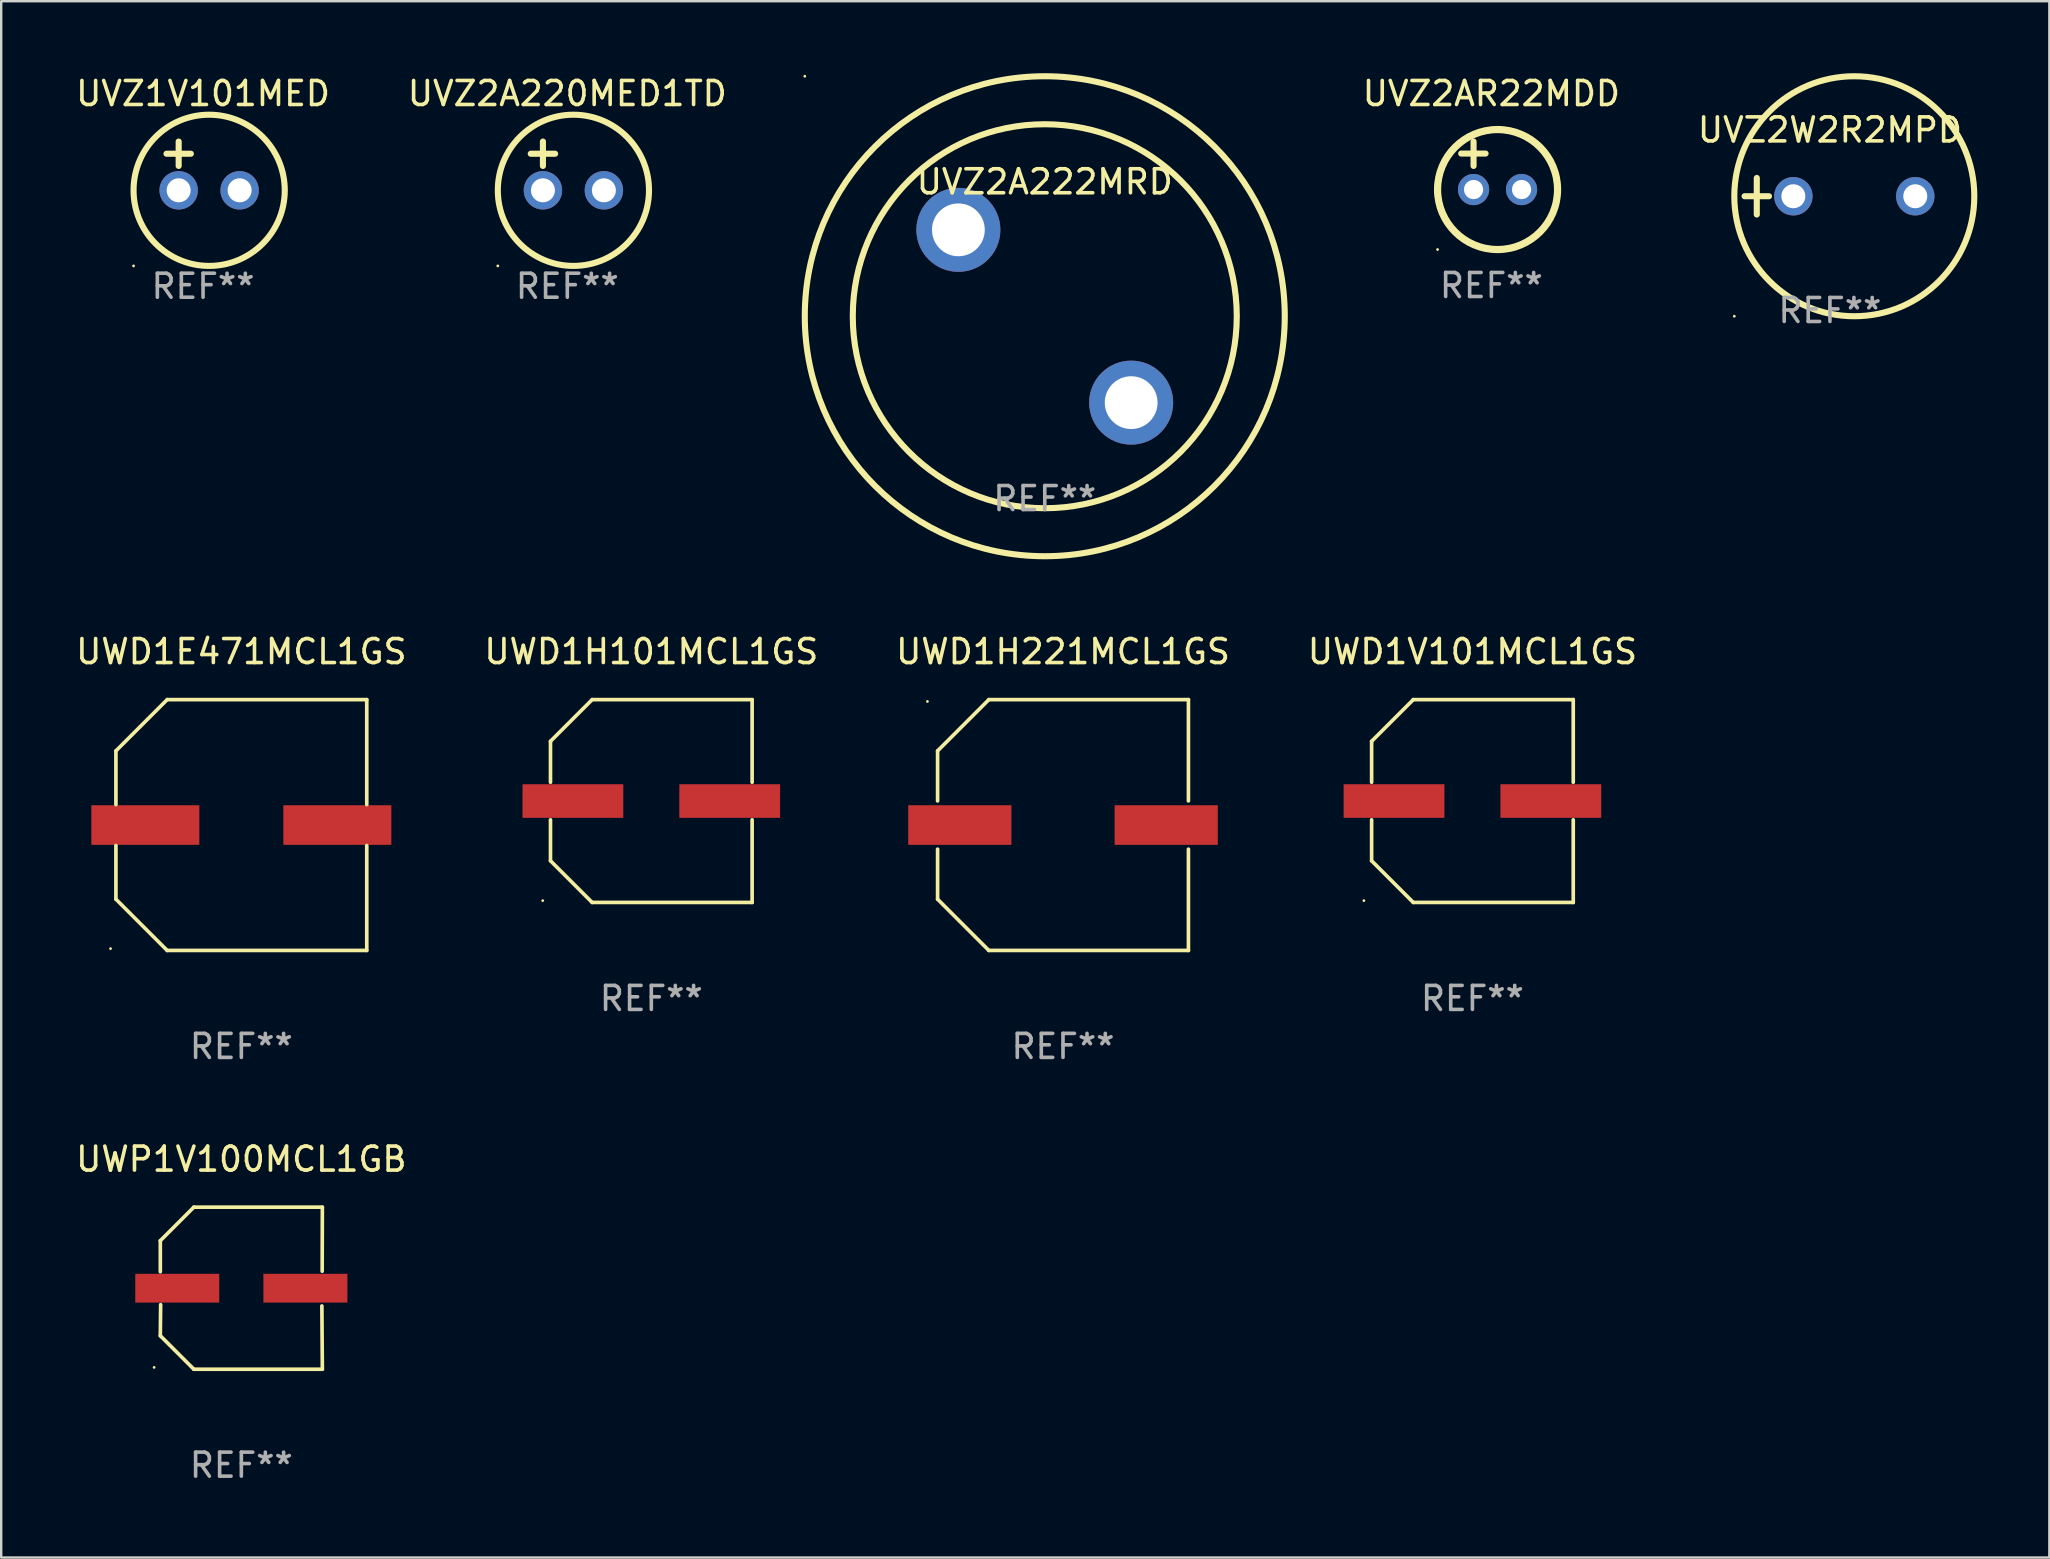
<source format=kicad_pcb>
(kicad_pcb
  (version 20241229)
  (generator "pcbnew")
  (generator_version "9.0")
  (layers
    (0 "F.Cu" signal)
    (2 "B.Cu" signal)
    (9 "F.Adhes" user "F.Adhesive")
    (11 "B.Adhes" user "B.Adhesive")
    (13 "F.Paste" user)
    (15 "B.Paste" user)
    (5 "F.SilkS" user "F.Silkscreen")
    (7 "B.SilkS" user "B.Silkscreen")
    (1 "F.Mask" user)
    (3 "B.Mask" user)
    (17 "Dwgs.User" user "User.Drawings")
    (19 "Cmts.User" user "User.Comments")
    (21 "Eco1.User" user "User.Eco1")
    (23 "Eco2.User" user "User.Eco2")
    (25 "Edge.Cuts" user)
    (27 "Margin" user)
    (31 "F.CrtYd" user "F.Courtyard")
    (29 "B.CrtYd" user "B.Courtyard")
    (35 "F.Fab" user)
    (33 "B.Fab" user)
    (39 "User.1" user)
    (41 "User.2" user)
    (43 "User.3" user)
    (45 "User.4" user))
  (footprint "UWD1H101MCL1GS"
    (layer "F.Cu")
    (at 24.089 30.328)
    (property "Reference" "UWD1H101MCL1GS" (at 0 -6.226 0) (layer "F.SilkS") (effects (font (size 1 1) (thickness 0.15))))
    (attr through_hole)
    (fp_line (start -4.201 -2.49) (end -4.201 -0.782) (stroke (width 0.152) (type solid)) (layer "F.SilkS"))
    (fp_line (start -4.201 2.49) (end -4.201 0.782) (stroke (width 0.152) (type solid)) (layer "F.SilkS"))
    (fp_line (start -2.465 -4.226) (end -4.201 -2.49) (stroke (width 0.152) (type solid)) (layer "F.SilkS"))
    (fp_line (start -2.465 4.226) (end -4.201 2.49) (stroke (width 0.152) (type solid)) (layer "F.SilkS"))
    (fp_line (start 4.201 -4.226) (end -2.465 -4.226) (stroke (width 0.152) (type solid)) (layer "F.SilkS"))
    (fp_line (start 4.201 -0.782) (end 4.201 -4.226) (stroke (width 0.152) (type solid)) (layer "F.SilkS"))
    (fp_line (start 4.201 0.782) (end 4.201 4.226) (stroke (width 0.152) (type solid)) (layer "F.SilkS"))
    (fp_line (start 4.201 4.226) (end -2.465 4.226) (stroke (width 0.152) (type solid)) (layer "F.SilkS"))
    (fp_circle (center -4.524 4.15) (end -4.494 4.15) (stroke (width 0.06) (type solid)) (fill no) (layer "F.SilkS"))
    (fp_text user "REF**" (at 0 8.226 0) (layer "F.Fab") (effects (font (size 1 1) (thickness 0.15))))
    (pad "1" smd rect (at -3.267 0) (size 4.2 1.4) (layers "F.Cu" "F.Mask" "F.Paste"))
    (pad "2" smd rect (at 3.267 0) (size 4.2 1.4) (layers "F.Cu" "F.Mask" "F.Paste")))
  (footprint "UWD1H221MCL1GS"
    (layer "F.Cu")
    (at 41.244 31.328)
    (property "Reference" "UWD1H221MCL1GS" (at 0 -7.226 0) (layer "F.SilkS") (effects (font (size 1 1) (thickness 0.15))))
    (attr through_hole)
    (fp_line (start -5.226 -3.09) (end -5.226 -1.005) (stroke (width 0.152) (type solid)) (layer "F.SilkS"))
    (fp_line (start -5.226 1.005) (end -5.226 3.09) (stroke (width 0.152) (type solid)) (layer "F.SilkS"))
    (fp_line (start -3.09 -5.226) (end -5.226 -3.09) (stroke (width 0.152) (type solid)) (layer "F.SilkS"))
    (fp_line (start -3.09 5.226) (end -5.226 3.09) (stroke (width 0.152) (type solid)) (layer "F.SilkS"))
    (fp_line (start 5.226 -5.226) (end -3.09 -5.226) (stroke (width 0.152) (type solid)) (layer "F.SilkS"))
    (fp_line (start 5.226 -1.005) (end 5.226 -5.226) (stroke (width 0.152) (type solid)) (layer "F.SilkS"))
    (fp_line (start 5.226 5.226) (end -3.09 5.226) (stroke (width 0.152) (type solid)) (layer "F.SilkS"))
    (fp_line (start 5.226 5.226) (end 5.226 1.005) (stroke (width 0.152) (type solid)) (layer "F.SilkS"))
    (fp_circle (center -5.65 -5.15) (end -5.62 -5.15) (stroke (width 0.06) (type solid)) (fill no) (layer "F.SilkS"))
    (fp_text user "REF**" (at 0 9.226 0) (layer "F.Fab") (effects (font (size 1 1) (thickness 0.15))))
    (pad "1" smd rect (at -4.3 -0.000102) (size 4.3 1.65) (layers "F.Cu" "F.Mask" "F.Paste"))
    (pad "2" smd rect (at 4.3 -0.000102) (size 4.3 1.65) (layers "F.Cu" "F.Mask" "F.Paste")))
  (footprint "UVZ2AR22MDD"
    (layer "F.Cu")
    (at 59.093 3.848)
    (property "Reference" "UVZ2AR22MDD" (at 0 -3 0) (layer "F.SilkS") (effects (font (size 1 1) (thickness 0.15))))
    (attr through_hole)
    (fp_line (start -1.258 -0.5) (end -0.242 -0.5) (stroke (width 0.254) (type solid)) (layer "F.SilkS"))
    (fp_line (start -0.742 -1) (end -0.742 0.016) (stroke (width 0.254) (type solid)) (layer "F.SilkS"))
    (fp_circle (center -2.242 3.5) (end -2.212 3.5) (stroke (width 0.06) (type solid)) (fill no) (layer "F.SilkS"))
    (fp_circle (center 0.258 1) (end 2.758 1) (stroke (width 0.3) (type solid)) (fill no) (layer "F.SilkS"))
    (fp_text user "REF**" (at 0 5 0) (layer "F.Fab") (effects (font (size 1 1) (thickness 0.15))))
    (pad "1" thru_hole circle (at -0.742 1) (size 1.3 1.3) (drill 0.8) (layers "*.Cu" "*.Mask"))
    (pad "2" thru_hole circle (at 1.258 1) (size 1.3 1.3) (drill 0.8) (layers "*.Cu" "*.Mask")))
  (footprint "UWD1V101MCL1GS"
    (layer "F.Cu")
    (at 58.304 30.328)
    (property "Reference" "UWD1V101MCL1GS" (at 0 -6.226 0) (layer "F.SilkS") (effects (font (size 1 1) (thickness 0.15))))
    (attr through_hole)
    (fp_line (start -4.201 -2.49) (end -4.201 -0.782) (stroke (width 0.152) (type solid)) (layer "F.SilkS"))
    (fp_line (start -4.201 2.49) (end -4.201 0.782) (stroke (width 0.152) (type solid)) (layer "F.SilkS"))
    (fp_line (start -2.465 -4.226) (end -4.201 -2.49) (stroke (width 0.152) (type solid)) (layer "F.SilkS"))
    (fp_line (start -2.465 4.226) (end -4.201 2.49) (stroke (width 0.152) (type solid)) (layer "F.SilkS"))
    (fp_line (start 4.201 -4.226) (end -2.465 -4.226) (stroke (width 0.152) (type solid)) (layer "F.SilkS"))
    (fp_line (start 4.201 -0.782) (end 4.201 -4.226) (stroke (width 0.152) (type solid)) (layer "F.SilkS"))
    (fp_line (start 4.201 0.782) (end 4.201 4.226) (stroke (width 0.152) (type solid)) (layer "F.SilkS"))
    (fp_line (start 4.201 4.226) (end -2.465 4.226) (stroke (width 0.152) (type solid)) (layer "F.SilkS"))
    (fp_circle (center -4.524 4.15) (end -4.494 4.15) (stroke (width 0.06) (type solid)) (fill no) (layer "F.SilkS"))
    (fp_text user "REF**" (at 0 8.226 0) (layer "F.Fab") (effects (font (size 1 1) (thickness 0.15))))
    (pad "1" smd rect (at -3.267 0) (size 4.2 1.4) (layers "F.Cu" "F.Mask" "F.Paste"))
    (pad "2" smd rect (at 3.267 0) (size 4.2 1.4) (layers "F.Cu" "F.Mask" "F.Paste")))
  (footprint "UVZ2A220MED1TD"
    (layer "F.Cu")
    (at 20.589 3.864)
    (property "Reference" "UVZ2A220MED1TD" (at 0 -3.016 0) (layer "F.SilkS") (effects (font (size 1 1) (thickness 0.15))))
    (attr through_hole)
    (fp_line (start -1.524 -0.508) (end -0.508 -0.508) (stroke (width 0.254) (type solid)) (layer "F.SilkS"))
    (fp_line (start -1.016 -1.016) (end -1.016 0) (stroke (width 0.254) (type solid)) (layer "F.SilkS"))
    (fp_circle (center -2.896 4.166) (end -2.866 4.166) (stroke (width 0.06) (type solid)) (fill no) (layer "F.SilkS"))
    (fp_circle (center 0.254 1.016) (end 3.404 1.016) (stroke (width 0.254) (type solid)) (fill no) (layer "F.SilkS"))
    (fp_text user "REF**" (at 0 5.016 0) (layer "F.Fab") (effects (font (size 1 1) (thickness 0.15))))
    (pad "1" thru_hole circle (at -1.016 1.016) (size 1.6 1.6) (drill 1) (layers "*.Cu" "*.Mask"))
    (pad "2" thru_hole circle (at 1.524 1.016) (size 1.6 1.6) (drill 1) (layers "*.Cu" "*.Mask")))
  (footprint "UVZ2A222MRD"
    (layer "F.Cu")
    (at 40.484 10.127)
    (property "Reference" "UVZ2A222MRD" (at 0 -5.6 0) (layer "F.SilkS") (effects (font (size 1 1) (thickness 0.15))))
    (attr through_hole)
    (fp_circle (center -10 -10) (end -9.97 -10) (stroke (width 0.06) (type solid)) (fill no) (layer "F.SilkS"))
    (fp_circle (center 0 0) (end 8 0) (stroke (width 0.254) (type solid)) (fill no) (layer "F.SilkS"))
    (fp_circle (center 0 0) (end 10 0) (stroke (width 0.254) (type solid)) (fill no) (layer "F.SilkS"))
    (fp_text user "+" (at -5.334 -2.101 0) (layer "B.Mask") (effects (font (size 1 1) (thickness 0.15))))
    (fp_text user "REF**" (at 0 7.6 0) (layer "F.Fab") (effects (font (size 1 1) (thickness 0.15))))
    (pad "1" thru_hole circle (at -3.6 -3.6) (size 3.5 3.5) (drill 2.2) (layers "*.Cu" "*.Mask"))
    (pad "2" thru_hole circle (at 3.6 3.6) (size 3.5 3.5) (drill 2.2) (layers "*.Cu" "*.Mask")))
  (footprint "UWP1V100MCL1GB"
    (layer "F.Cu")
    (at 7.006 50.627)
    (property "Reference" "UWP1V100MCL1GB" (at 0 -5.376 0) (layer "F.SilkS") (effects (font (size 1 1) (thickness 0.15))))
    (attr through_hole)
    (fp_line (start -3.376 -1.98) (end -3.376 -0.686) (stroke (width 0.152) (type solid)) (layer "F.SilkS"))
    (fp_line (start -3.376 1.981) (end -3.362 0.686) (stroke (width 0.152) (type solid)) (layer "F.SilkS"))
    (fp_line (start -1.981 3.376) (end -3.376 1.981) (stroke (width 0.152) (type solid)) (layer "F.SilkS"))
    (fp_line (start -1.98 -3.376) (end -3.376 -1.98) (stroke (width 0.152) (type solid)) (layer "F.SilkS"))
    (fp_line (start 3.356 0.74) (end 3.376 3.376) (stroke (width 0.152) (type solid)) (layer "F.SilkS"))
    (fp_line (start 3.369 -0.707) (end 3.376 -3.376) (stroke (width 0.152) (type solid)) (layer "F.SilkS"))
    (fp_line (start 3.376 3.376) (end -1.981 3.376) (stroke (width 0.152) (type solid)) (layer "F.SilkS"))
    (fp_line (start 3.376 -3.376) (end -1.98 -3.376) (stroke (width 0.152) (type solid)) (layer "F.SilkS"))
    (fp_circle (center -3.634 3.3) (end -3.604 3.3) (stroke (width 0.06) (type solid)) (fill no) (layer "F.SilkS"))
    (fp_text user "REF**" (at 0 7.376 0) (layer "F.Fab") (effects (font (size 1 1) (thickness 0.15))))
    (pad "1" smd rect (at -2.67 0.000254) (size 3.5 1.2) (layers "F.Cu" "F.Mask" "F.Paste"))
    (pad "2" smd rect (at 2.67 0.000254) (size 3.5 1.2) (layers "F.Cu" "F.Mask" "F.Paste")))
  (footprint "UVZ2W2R2MPD"
    (layer "F.Cu")
    (at 73.2 5.127)
    (property "Reference" "UVZ2W2R2MPD" (at 0 -2.762 0) (layer "F.SilkS") (effects (font (size 1 1) (thickness 0.15))))
    (attr through_hole)
    (fp_line (start -3.556 0) (end -2.54 0) (stroke (width 0.254) (type solid)) (layer "F.SilkS"))
    (fp_line (start -3.048 -0.762) (end -3.048 0.762) (stroke (width 0.254) (type solid)) (layer "F.SilkS"))
    (fp_circle (center -3.984 5) (end -3.954 5) (stroke (width 0.06) (type solid)) (fill no) (layer "F.SilkS"))
    (fp_circle (center 1.016 0) (end 6.016 0) (stroke (width 0.254) (type solid)) (fill no) (layer "F.SilkS"))
    (fp_text user "REF**" (at 0 4.762 0) (layer "F.Fab") (effects (font (size 1 1) (thickness 0.15))))
    (pad "1" thru_hole circle (at -1.524 0) (size 1.6 1.6) (drill 1) (layers "*.Cu" "*.Mask"))
    (pad "2" thru_hole circle (at 3.556 0) (size 1.6 1.6) (drill 1) (layers "*.Cu" "*.Mask")))
  (footprint "UVZ1V101MED"
    (layer "F.Cu")
    (at 5.411 3.864)
    (property "Reference" "UVZ1V101MED" (at 0 -3.016 0) (layer "F.SilkS") (effects (font (size 1 1) (thickness 0.15))))
    (attr through_hole)
    (fp_line (start -1.524 -0.508) (end -0.508 -0.508) (stroke (width 0.254) (type solid)) (layer "F.SilkS"))
    (fp_line (start -1.016 -1.016) (end -1.016 0) (stroke (width 0.254) (type solid)) (layer "F.SilkS"))
    (fp_circle (center -2.896 4.166) (end -2.866 4.166) (stroke (width 0.06) (type solid)) (fill no) (layer "F.SilkS"))
    (fp_circle (center 0.254 1.016) (end 3.404 1.016) (stroke (width 0.254) (type solid)) (fill no) (layer "F.SilkS"))
    (fp_text user "REF**" (at 0 5.016 0) (layer "F.Fab") (effects (font (size 1 1) (thickness 0.15))))
    (pad "1" thru_hole circle (at -1.016 1.016) (size 1.6 1.6) (drill 1) (layers "*.Cu" "*.Mask"))
    (pad "2" thru_hole circle (at 1.524 1.016) (size 1.6 1.6) (drill 1) (layers "*.Cu" "*.Mask")))
  (footprint "UWD1E471MCL1GS"
    (layer "F.Cu")
    (at 7.006 31.328)
    (property "Reference" "UWD1E471MCL1GS" (at 0 -7.226 0) (layer "F.SilkS") (effects (font (size 1 1) (thickness 0.15))))
    (attr through_hole)
    (fp_line (start -5.226 -3.09) (end -5.226 -0.852) (stroke (width 0.152) (type solid)) (layer "F.SilkS"))
    (fp_line (start -5.226 3.09) (end -5.226 0.852) (stroke (width 0.152) (type solid)) (layer "F.SilkS"))
    (fp_line (start -3.09 -5.226) (end -5.226 -3.09) (stroke (width 0.152) (type solid)) (layer "F.SilkS"))
    (fp_line (start -3.09 5.226) (end -5.226 3.09) (stroke (width 0.152) (type solid)) (layer "F.SilkS"))
    (fp_line (start 5.226 -5.226) (end -3.09 -5.226) (stroke (width 0.152) (type solid)) (layer "F.SilkS"))
    (fp_line (start 5.226 -0.852) (end 5.226 -5.226) (stroke (width 0.152) (type solid)) (layer "F.SilkS"))
    (fp_line (start 5.226 0.852) (end 5.226 5.226) (stroke (width 0.152) (type solid)) (layer "F.SilkS"))
    (fp_line (start 5.226 5.226) (end -3.09 5.226) (stroke (width 0.152) (type solid)) (layer "F.SilkS"))
    (fp_circle (center -5.45 5.15) (end -5.42 5.15) (stroke (width 0.06) (type solid)) (fill no) (layer "F.SilkS"))
    (fp_text user "REF**" (at 0 9.226 0) (layer "F.Fab") (effects (font (size 1 1) (thickness 0.15))))
    (pad "1" smd rect (at -4 -0.000025) (size 4.5 1.65) (layers "F.Cu" "F.Mask" "F.Paste"))
    (pad "2" smd rect (at 4 -0.000025) (size 4.5 1.65) (layers "F.Cu" "F.Mask" "F.Paste")))
  (gr_rect
    (start -3 -3)
    (end 82.343 61.851)
    (stroke (width 0.1) (type default))
    (fill no)
    (layer "Edge.Cuts")))
</source>
